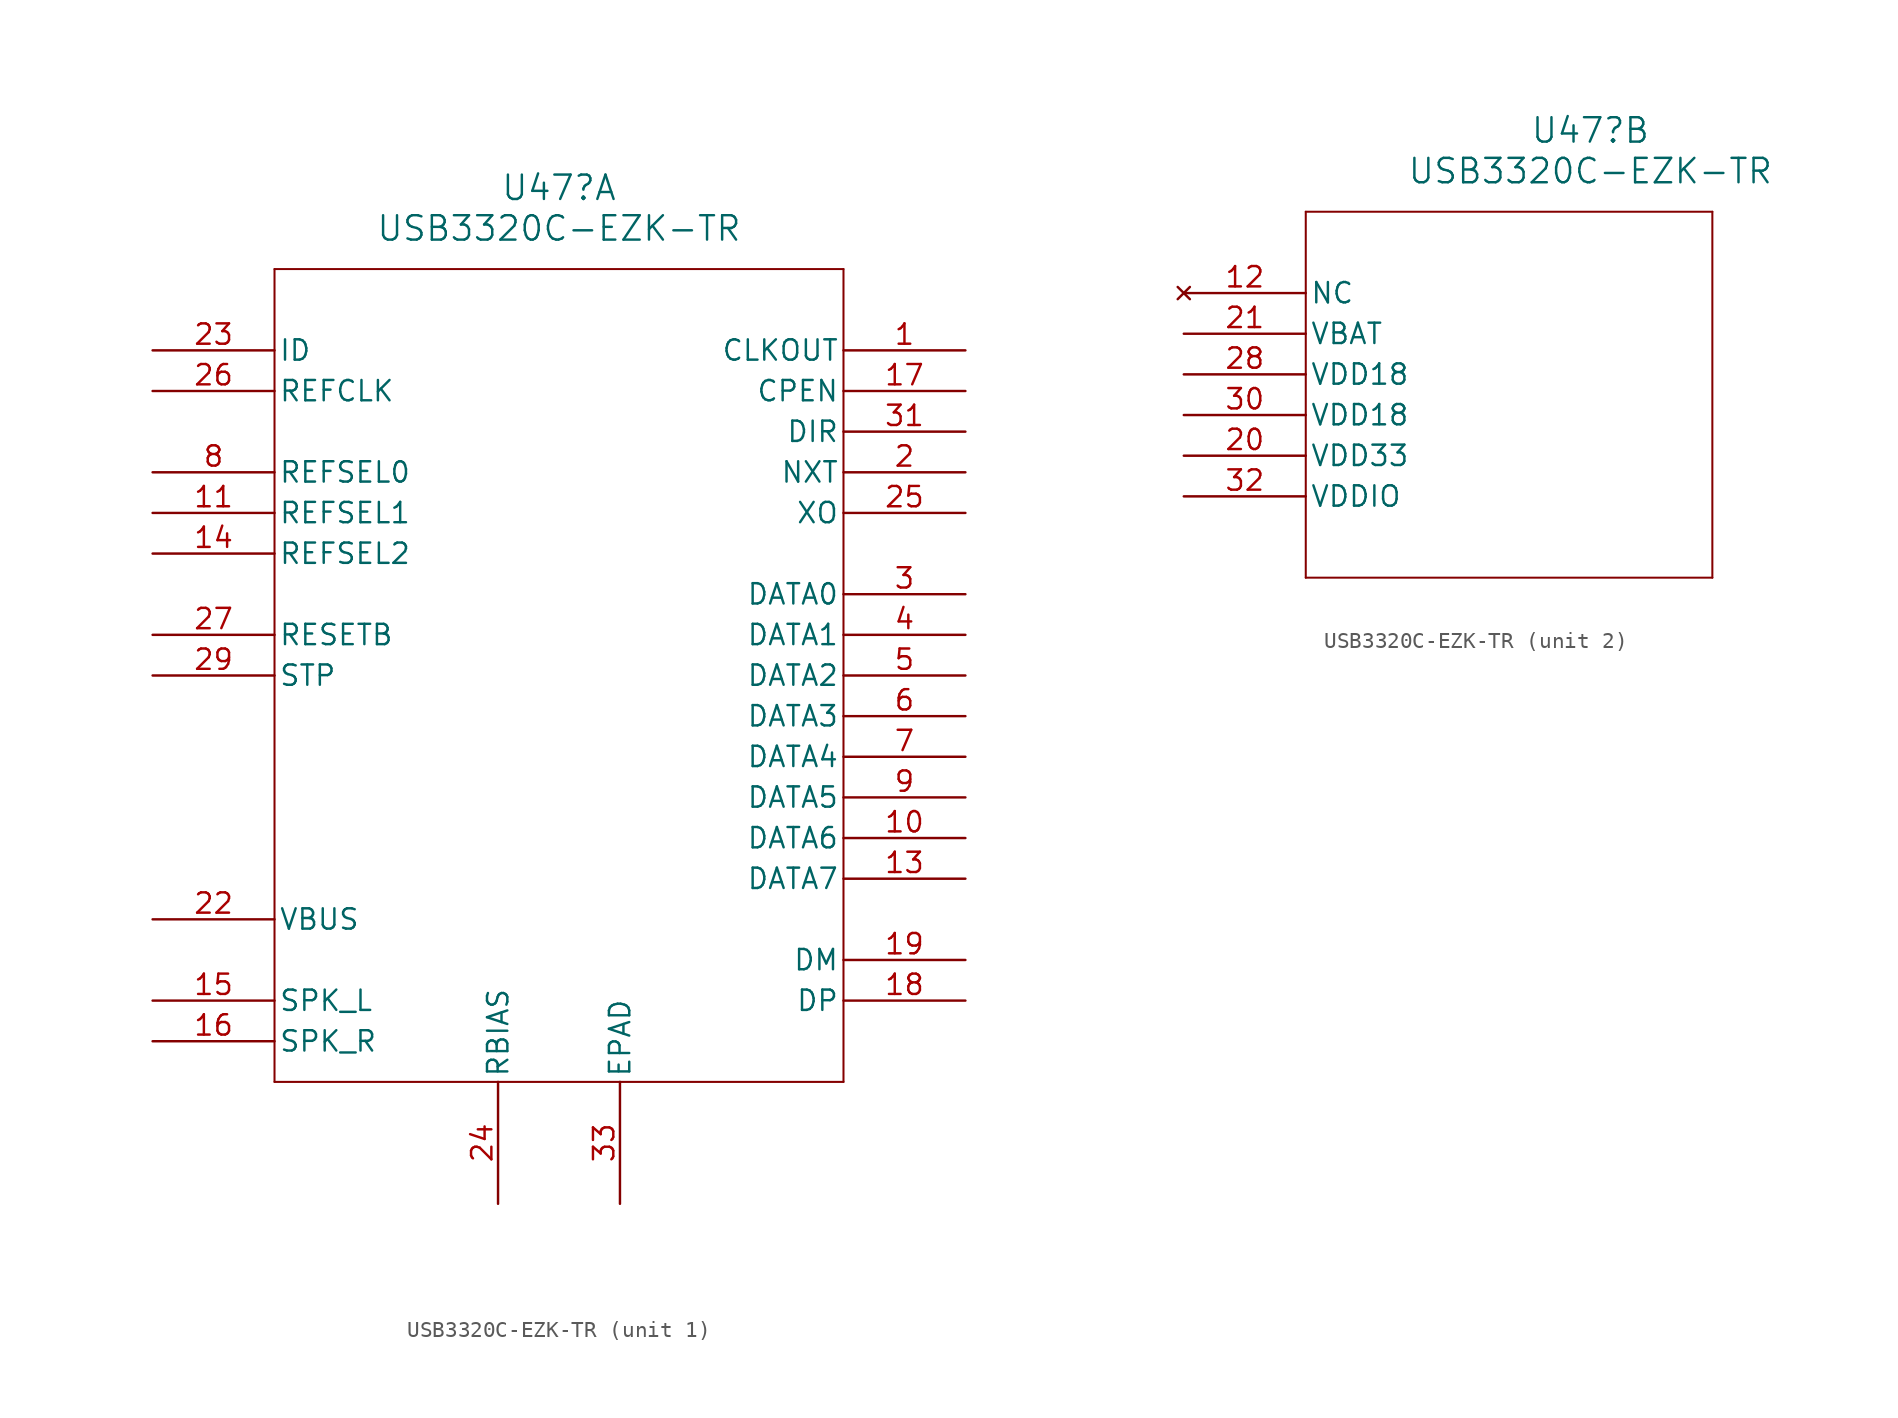
<source format=kicad_sym>
(kicad_symbol_lib
  (version 20231120)
  (generator "kicad_symbol_editor")
  (generator_version "8.0")
  (symbol "USB3320C-EZK-TR"
    (pin_names
      (offset 0.254))
    (property "Reference" "U47"
      (at 25.4 10.16 0)
      (effects (font (size 1.524 1.524))))
    (property "Value" "USB3320C-EZK-TR"
      (at 25.4 7.62 0)
      (effects (font (size 1.524 1.524))))
    (property "ki_locked" ""
      (at 0 0 0)
      (effects (font (size 1.27 1.27))))
    (symbol "USB3320C-EZK-TR_1_1"
      (polyline (pts (xy 7.62 -45.72) (xy 43.18 -45.72)) (stroke (width 0.127) (type default)) (fill (type none)))
      (polyline (pts (xy 7.62 5.08) (xy 7.62 -45.72)) (stroke (width 0.127) (type default)) (fill (type none)))
      (polyline (pts (xy 43.18 -45.72) (xy 43.18 5.08)) (stroke (width 0.127) (type default)) (fill (type none)))
      (polyline (pts (xy 43.18 5.08) (xy 7.62 5.08)) (stroke (width 0.127) (type default)) (fill (type none)))
      (pin output line (at 50.8 0 180) (length 7.62) (name "CLKOUT" (effects (font (size 1.27 1.27)))) (number "1" (effects (font (size 1.27 1.27)))))
      (pin bidirectional line (at 50.8 -30.48 180) (length 7.62) (name "DATA6" (effects (font (size 1.27 1.27)))) (number "10" (effects (font (size 1.27 1.27)))))
      (pin input line (at 0 -10.16 0) (length 7.62) (name "REFSEL1" (effects (font (size 1.27 1.27)))) (number "11" (effects (font (size 1.27 1.27)))))
      (pin bidirectional line (at 50.8 -33.02 180) (length 7.62) (name "DATA7" (effects (font (size 1.27 1.27)))) (number "13" (effects (font (size 1.27 1.27)))))
      (pin input line (at 0 -12.7 0) (length 7.62) (name "REFSEL2" (effects (font (size 1.27 1.27)))) (number "14" (effects (font (size 1.27 1.27)))))
      (pin bidirectional line (at 0 -40.64 0) (length 7.62) (name "SPK_L" (effects (font (size 1.27 1.27)))) (number "15" (effects (font (size 1.27 1.27)))))
      (pin bidirectional line (at 0 -43.18 0) (length 7.62) (name "SPK_R" (effects (font (size 1.27 1.27)))) (number "16" (effects (font (size 1.27 1.27)))))
      (pin output line (at 50.8 -2.54 180) (length 7.62) (name "CPEN" (effects (font (size 1.27 1.27)))) (number "17" (effects (font (size 1.27 1.27)))))
      (pin bidirectional line (at 50.8 -40.64 180) (length 7.62) (name "DP" (effects (font (size 1.27 1.27)))) (number "18" (effects (font (size 1.27 1.27)))))
      (pin bidirectional line (at 50.8 -38.1 180) (length 7.62) (name "DM" (effects (font (size 1.27 1.27)))) (number "19" (effects (font (size 1.27 1.27)))))
      (pin output line (at 50.8 -7.62 180) (length 7.62) (name "NXT" (effects (font (size 1.27 1.27)))) (number "2" (effects (font (size 1.27 1.27)))))
      (pin bidirectional line (at 0 -35.56 0) (length 7.62) (name "VBUS" (effects (font (size 1.27 1.27)))) (number "22" (effects (font (size 1.27 1.27)))))
      (pin input line (at 0 0 0) (length 7.62) (name "ID" (effects (font (size 1.27 1.27)))) (number "23" (effects (font (size 1.27 1.27)))))
      (pin unspecified line (at 21.59 -53.34 90) (length 7.62) (name "RBIAS" (effects (font (size 1.27 1.27)))) (number "24" (effects (font (size 1.27 1.27)))))
      (pin output line (at 50.8 -10.16 180) (length 7.62) (name "XO" (effects (font (size 1.27 1.27)))) (number "25" (effects (font (size 1.27 1.27)))))
      (pin input line (at 0 -2.54 0) (length 7.62) (name "REFCLK" (effects (font (size 1.27 1.27)))) (number "26" (effects (font (size 1.27 1.27)))))
      (pin input line (at 0 -17.78 0) (length 7.62) (name "RESETB" (effects (font (size 1.27 1.27)))) (number "27" (effects (font (size 1.27 1.27)))))
      (pin input line (at 0 -20.32 0) (length 7.62) (name "STP" (effects (font (size 1.27 1.27)))) (number "29" (effects (font (size 1.27 1.27)))))
      (pin bidirectional line (at 50.8 -15.24 180) (length 7.62) (name "DATA0" (effects (font (size 1.27 1.27)))) (number "3" (effects (font (size 1.27 1.27)))))
      (pin output line (at 50.8 -5.08 180) (length 7.62) (name "DIR" (effects (font (size 1.27 1.27)))) (number "31" (effects (font (size 1.27 1.27)))))
      (pin unspecified line (at 29.21 -53.34 90) (length 7.62) (name "EPAD" (effects (font (size 1.27 1.27)))) (number "33" (effects (font (size 1.27 1.27)))))
      (pin bidirectional line (at 50.8 -17.78 180) (length 7.62) (name "DATA1" (effects (font (size 1.27 1.27)))) (number "4" (effects (font (size 1.27 1.27)))))
      (pin bidirectional line (at 50.8 -20.32 180) (length 7.62) (name "DATA2" (effects (font (size 1.27 1.27)))) (number "5" (effects (font (size 1.27 1.27)))))
      (pin bidirectional line (at 50.8 -22.86 180) (length 7.62) (name "DATA3" (effects (font (size 1.27 1.27)))) (number "6" (effects (font (size 1.27 1.27)))))
      (pin bidirectional line (at 50.8 -25.4 180) (length 7.62) (name "DATA4" (effects (font (size 1.27 1.27)))) (number "7" (effects (font (size 1.27 1.27)))))
      (pin input line (at 0 -7.62 0) (length 7.62) (name "REFSEL0" (effects (font (size 1.27 1.27)))) (number "8" (effects (font (size 1.27 1.27)))))
      (pin bidirectional line (at 50.8 -27.94 180) (length 7.62) (name "DATA5" (effects (font (size 1.27 1.27)))) (number "9" (effects (font (size 1.27 1.27))))))
    (symbol "USB3320C-EZK-TR_2_1"
      (polyline (pts (xy 7.62 -17.78) (xy 33.02 -17.78)) (stroke (width 0.127) (type default)) (fill (type none)))
      (polyline (pts (xy 7.62 5.08) (xy 7.62 -17.78)) (stroke (width 0.127) (type default)) (fill (type none)))
      (polyline (pts (xy 33.02 -17.78) (xy 33.02 5.08)) (stroke (width 0.127) (type default)) (fill (type none)))
      (polyline (pts (xy 33.02 5.08) (xy 7.62 5.08)) (stroke (width 0.127) (type default)) (fill (type none)))
      (pin no_connect line (at 0 0 0) (length 7.62) (name "NC" (effects (font (size 1.27 1.27)))) (number "12" (effects (font (size 1.27 1.27)))))
      (pin power_in line (at 0 -10.16 0) (length 7.62) (name "VDD33" (effects (font (size 1.27 1.27)))) (number "20" (effects (font (size 1.27 1.27)))))
      (pin power_in line (at 0 -2.54 0) (length 7.62) (name "VBAT" (effects (font (size 1.27 1.27)))) (number "21" (effects (font (size 1.27 1.27)))))
      (pin power_in line (at 0 -5.08 0) (length 7.62) (name "VDD18" (effects (font (size 1.27 1.27)))) (number "28" (effects (font (size 1.27 1.27)))))
      (pin power_in line (at 0 -7.62 0) (length 7.62) (name "VDD18" (effects (font (size 1.27 1.27)))) (number "30" (effects (font (size 1.27 1.27)))))
      (pin power_in line (at 0 -12.7 0) (length 7.62) (name "VDDIO" (effects (font (size 1.27 1.27)))) (number "32" (effects (font (size 1.27 1.27))))))))
</source>
